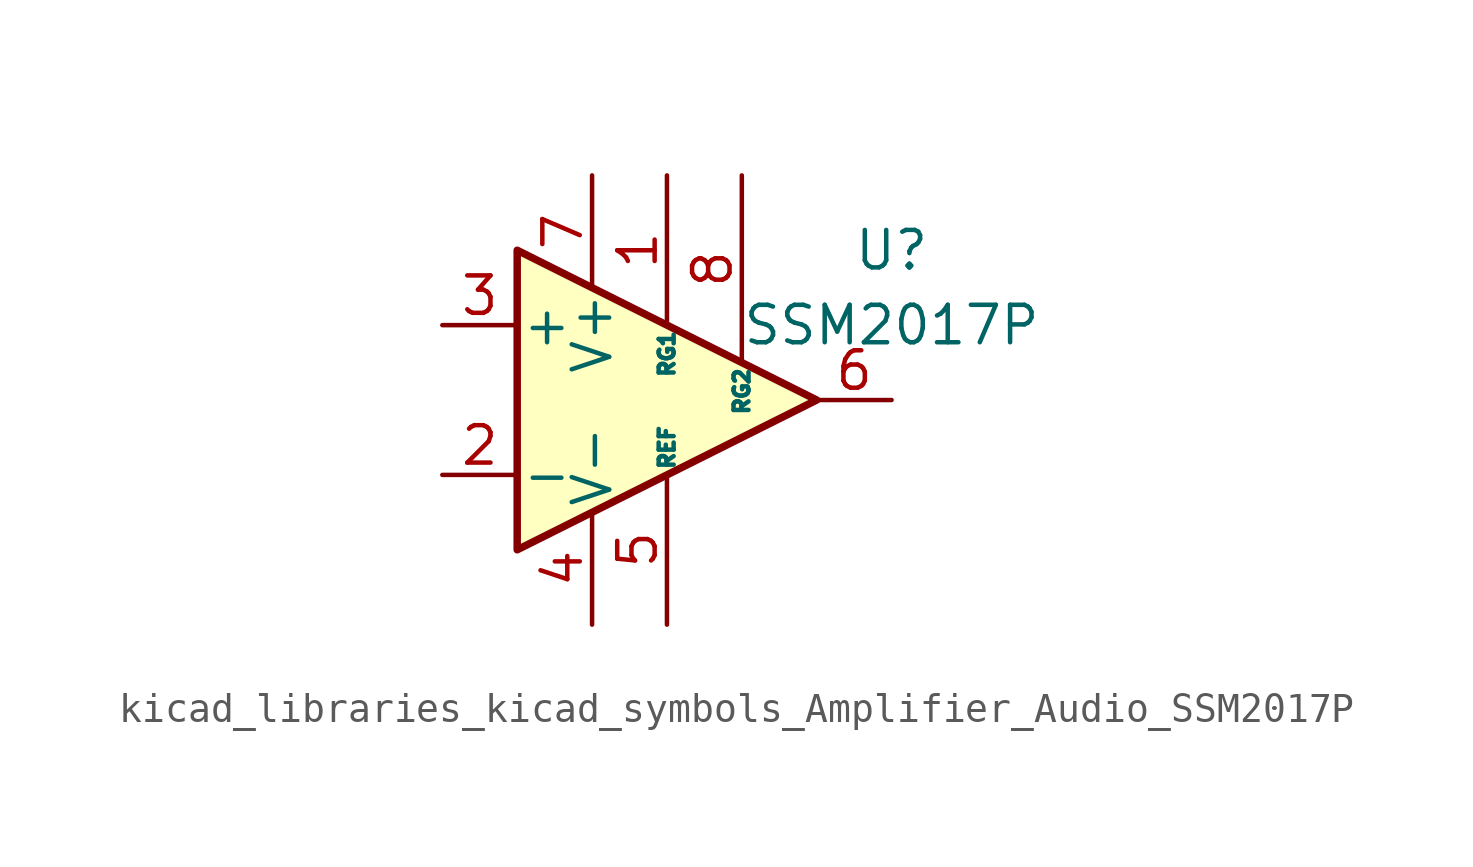
<source format=kicad_sym>
(kicad_symbol_lib
  (version 20220914)
  (generator kicad_symbol_editor)
  (symbol "kicad_libraries_kicad_symbols_Amplifier_Audio_SSM2017P"
    (pin_names
      (offset 0.127))
    (property "Reference" "U"
      (at 7.62 5.08 0)
      (effects (font (size 1.27 1.27))))
    (property "Value" "SSM2017P"
      (at 7.62 2.54 0)
      (effects (font (size 1.27 1.27))))
    (symbol "kicad_libraries_kicad_symbols_Amplifier_Audio_SSM2017P_0_1"
      (polyline (pts (xy -5.08 5.08) (xy 5.08 0) (xy -5.08 -5.08) (xy -5.08 5.08)) (stroke (width 0.254) (type default)) (fill (type background))))
    (symbol "kicad_libraries_kicad_symbols_Amplifier_Audio_SSM2017P_1_1"
      (pin input line (at 0 7.62 270) (length 5.08) (name "RG1" (effects (font (size 0.508 0.508)))) (number "1" (effects (font (size 1.27 1.27)))))
      (pin input line (at -7.62 -2.54 0) (length 2.54) (name "-" (effects (font (size 1.27 1.27)))) (number "2" (effects (font (size 1.27 1.27)))))
      (pin input line (at -7.62 2.54 0) (length 2.54) (name "+" (effects (font (size 1.27 1.27)))) (number "3" (effects (font (size 1.27 1.27)))))
      (pin power_in line (at -2.54 -7.62 90) (length 3.81) (name "V-" (effects (font (size 1.27 1.27)))) (number "4" (effects (font (size 1.27 1.27)))))
      (pin input line (at 0 -7.62 90) (length 5.08) (name "REF" (effects (font (size 0.508 0.508)))) (number "5" (effects (font (size 1.27 1.27)))))
      (pin output line (at 7.62 0 180) (length 2.54) (name "~" (effects (font (size 1.27 1.27)))) (number "6" (effects (font (size 1.27 1.27)))))
      (pin power_in line (at -2.54 7.62 270) (length 3.81) (name "V+" (effects (font (size 1.27 1.27)))) (number "7" (effects (font (size 1.27 1.27)))))
      (pin input line (at 2.54 7.62 270) (length 6.35) (name "RG2" (effects (font (size 0.508 0.508)))) (number "8" (effects (font (size 1.27 1.27))))))))
</source>
